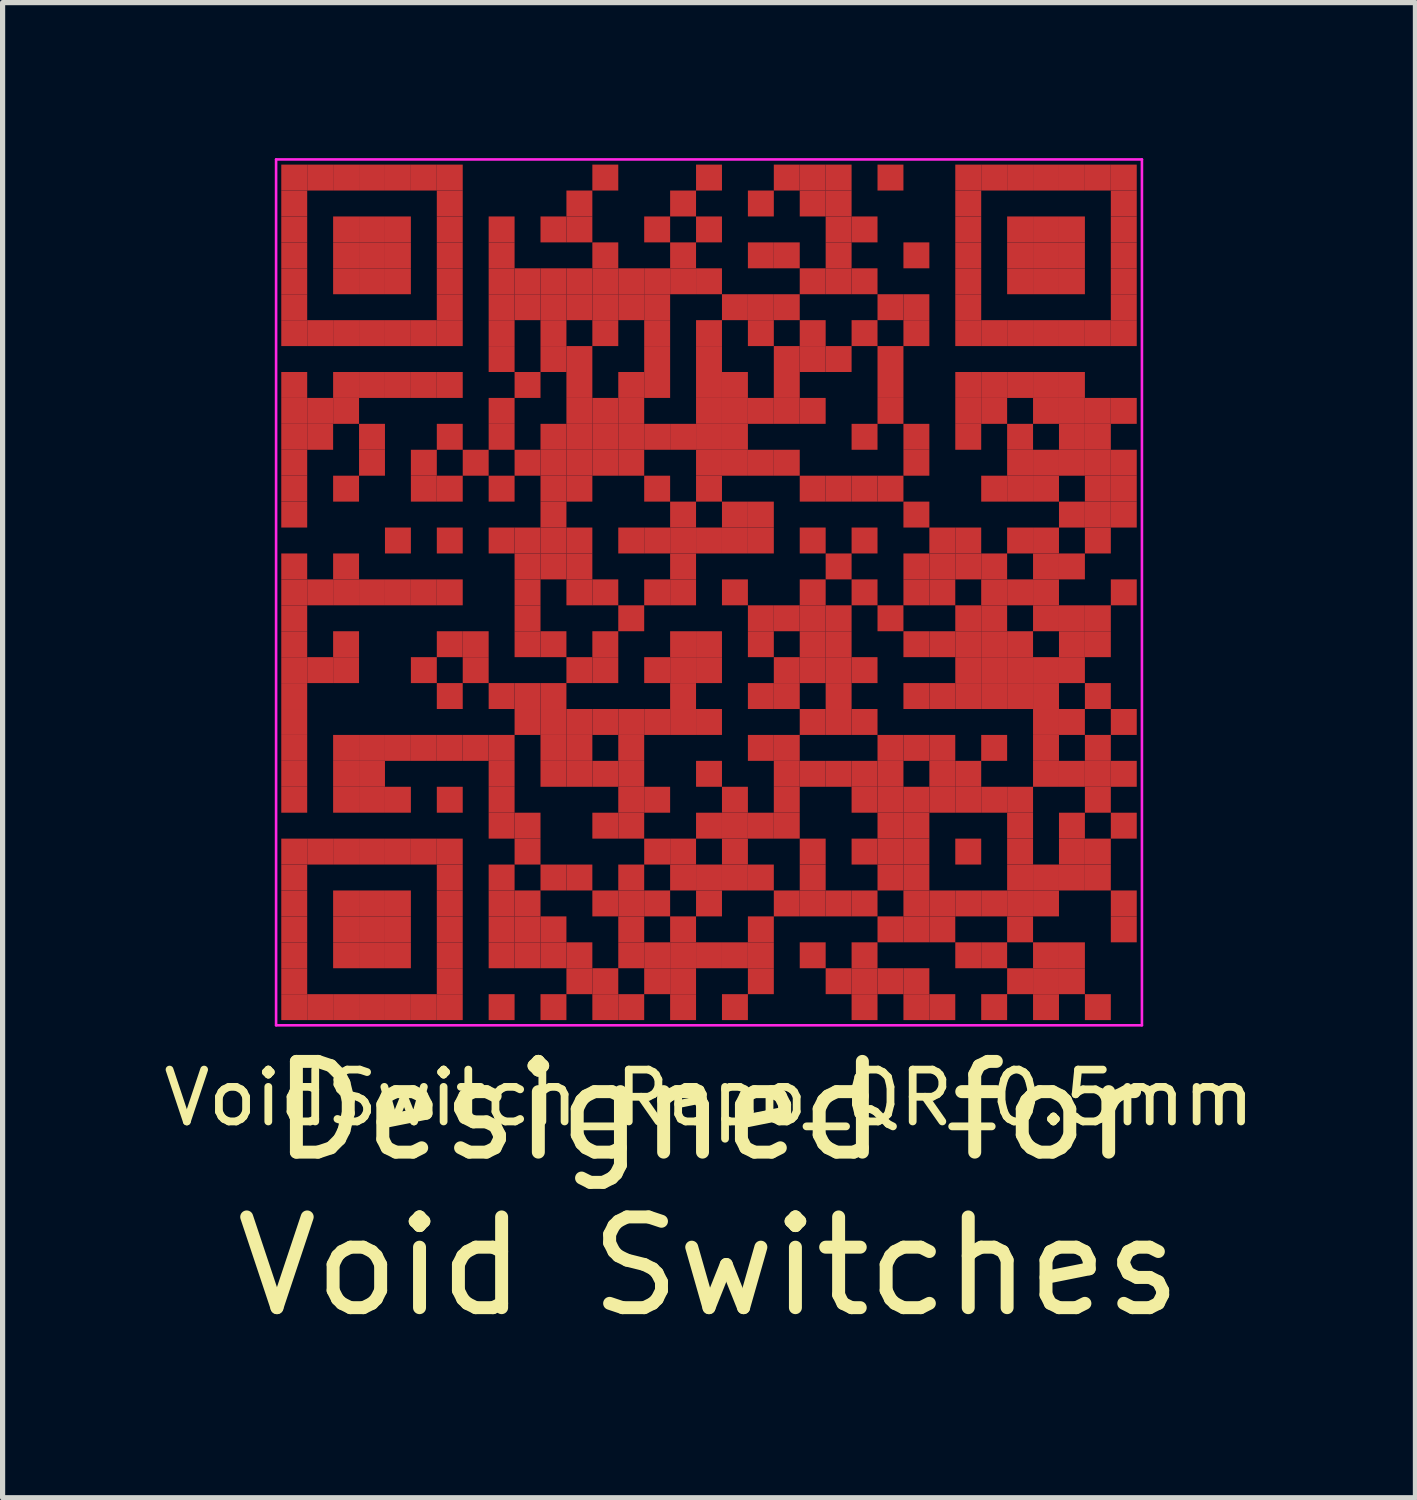
<source format=kicad_pcb>
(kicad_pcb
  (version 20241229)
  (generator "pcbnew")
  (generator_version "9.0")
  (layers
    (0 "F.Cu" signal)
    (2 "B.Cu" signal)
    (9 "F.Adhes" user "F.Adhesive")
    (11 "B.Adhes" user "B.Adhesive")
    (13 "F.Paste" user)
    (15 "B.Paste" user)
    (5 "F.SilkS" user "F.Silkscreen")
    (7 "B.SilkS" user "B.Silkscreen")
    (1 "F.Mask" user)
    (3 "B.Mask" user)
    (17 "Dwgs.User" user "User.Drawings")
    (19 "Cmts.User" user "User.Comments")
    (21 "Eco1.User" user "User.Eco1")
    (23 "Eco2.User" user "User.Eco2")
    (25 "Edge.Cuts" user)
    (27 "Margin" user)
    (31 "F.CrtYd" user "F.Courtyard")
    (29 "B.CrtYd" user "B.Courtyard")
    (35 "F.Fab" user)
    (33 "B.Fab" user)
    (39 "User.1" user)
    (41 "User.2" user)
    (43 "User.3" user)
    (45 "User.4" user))
  (footprint "VoidSwitch_Repo_QR_0.5mm"
    (layer "F.Cu")
    (at 10.625 8.375)
    (property "Reference" "VoidSwitch_Repo_QR_0.5mm" (at 0 9.75 0) (layer "F.SilkS") (effects (font (size 1 1) (thickness 0.15))))
    (attr exclude_from_bom)
    (fp_rect (start -8.3 -8.3) (end 8.3 8.3) (stroke (width 0) (type solid)) (fill yes) (layer "F.Mask"))
    (fp_line (start -8.35 -8.35) (end 8.35 -8.35) (stroke (width 0.05) (type solid)) (layer "F.CrtYd"))
    (fp_line (start -8.35 8.35) (end -8.35 -8.35) (stroke (width 0.05) (type solid)) (layer "F.CrtYd"))
    (fp_line (start 8.35 -8.35) (end 8.35 8.35) (stroke (width 0.05) (type solid)) (layer "F.CrtYd"))
    (fp_line (start 8.35 8.35) (end -8.35 8.35) (stroke (width 0.05) (type solid)) (layer "F.CrtYd"))
    (fp_text user "Void Switches" (at 0 13 0) (unlocked yes) (layer "F.SilkS") (effects (font (size 1.75 1.75) (thickness 0.25))))
    (fp_text user "Designed for" (at 0 10 0) (unlocked yes) (layer "F.SilkS") (effects (font (size 1.75 1.75) (thickness 0.25))))
    (pad "" smd rect (at -8 -8) (size 0.5 0.5) (layers "F.Cu"))
    (pad "" smd rect (at -8 -7.5) (size 0.5 0.5) (layers "F.Cu"))
    (pad "" smd rect (at -8 -7) (size 0.5 0.5) (layers "F.Cu"))
    (pad "" smd rect (at -8 -6.5) (size 0.5 0.5) (layers "F.Cu"))
    (pad "" smd rect (at -8 -6) (size 0.5 0.5) (layers "F.Cu"))
    (pad "" smd rect (at -8 -5.5) (size 0.5 0.5) (layers "F.Cu"))
    (pad "" smd rect (at -8 -5) (size 0.5 0.5) (layers "F.Cu"))
    (pad "" smd rect (at -8 -4) (size 0.5 0.5) (layers "F.Cu"))
    (pad "" smd rect (at -8 -3.5) (size 0.5 0.5) (layers "F.Cu"))
    (pad "" smd rect (at -8 -3) (size 0.5 0.5) (layers "F.Cu"))
    (pad "" smd rect (at -8 -2.5) (size 0.5 0.5) (layers "F.Cu"))
    (pad "" smd rect (at -8 -2) (size 0.5 0.5) (layers "F.Cu"))
    (pad "" smd rect (at -8 -1.5) (size 0.5 0.5) (layers "F.Cu"))
    (pad "" smd rect (at -8 -0.5) (size 0.5 0.5) (layers "F.Cu"))
    (pad "" smd rect (at -8 0) (size 0.5 0.5) (layers "F.Cu"))
    (pad "" smd rect (at -8 0.5) (size 0.5 0.5) (layers "F.Cu"))
    (pad "" smd rect (at -8 1) (size 0.5 0.5) (layers "F.Cu"))
    (pad "" smd rect (at -8 1.5) (size 0.5 0.5) (layers "F.Cu"))
    (pad "" smd rect (at -8 2) (size 0.5 0.5) (layers "F.Cu"))
    (pad "" smd rect (at -8 2.5) (size 0.5 0.5) (layers "F.Cu"))
    (pad "" smd rect (at -8 3) (size 0.5 0.5) (layers "F.Cu"))
    (pad "" smd rect (at -8 3.5) (size 0.5 0.5) (layers "F.Cu"))
    (pad "" smd rect (at -8 4) (size 0.5 0.5) (layers "F.Cu"))
    (pad "" smd rect (at -8 5) (size 0.5 0.5) (layers "F.Cu"))
    (pad "" smd rect (at -8 5.5) (size 0.5 0.5) (layers "F.Cu"))
    (pad "" smd rect (at -8 6) (size 0.5 0.5) (layers "F.Cu"))
    (pad "" smd rect (at -8 6.5) (size 0.5 0.5) (layers "F.Cu"))
    (pad "" smd rect (at -8 7) (size 0.5 0.5) (layers "F.Cu"))
    (pad "" smd rect (at -8 7.5) (size 0.5 0.5) (layers "F.Cu"))
    (pad "" smd rect (at -8 8) (size 0.5 0.5) (layers "F.Cu"))
    (pad "" smd rect (at -7.5 -8) (size 0.5 0.5) (layers "F.Cu"))
    (pad "" smd rect (at -7.5 -5) (size 0.5 0.5) (layers "F.Cu"))
    (pad "" smd rect (at -7.5 -3.5) (size 0.5 0.5) (layers "F.Cu"))
    (pad "" smd rect (at -7.5 -3) (size 0.5 0.5) (layers "F.Cu"))
    (pad "" smd rect (at -7.5 0) (size 0.5 0.5) (layers "F.Cu"))
    (pad "" smd rect (at -7.5 1.5) (size 0.5 0.5) (layers "F.Cu"))
    (pad "" smd rect (at -7.5 5) (size 0.5 0.5) (layers "F.Cu"))
    (pad "" smd rect (at -7.5 8) (size 0.5 0.5) (layers "F.Cu"))
    (pad "" smd rect (at -7 -8) (size 0.5 0.5) (layers "F.Cu"))
    (pad "" smd rect (at -7 -7) (size 0.5 0.5) (layers "F.Cu"))
    (pad "" smd rect (at -7 -6.5) (size 0.5 0.5) (layers "F.Cu"))
    (pad "" smd rect (at -7 -6) (size 0.5 0.5) (layers "F.Cu"))
    (pad "" smd rect (at -7 -5) (size 0.5 0.5) (layers "F.Cu"))
    (pad "" smd rect (at -7 -4) (size 0.5 0.5) (layers "F.Cu"))
    (pad "" smd rect (at -7 -3.5) (size 0.5 0.5) (layers "F.Cu"))
    (pad "" smd rect (at -7 -2) (size 0.5 0.5) (layers "F.Cu"))
    (pad "" smd rect (at -7 -0.5) (size 0.5 0.5) (layers "F.Cu"))
    (pad "" smd rect (at -7 0) (size 0.5 0.5) (layers "F.Cu"))
    (pad "" smd rect (at -7 1) (size 0.5 0.5) (layers "F.Cu"))
    (pad "" smd rect (at -7 1.5) (size 0.5 0.5) (layers "F.Cu"))
    (pad "" smd rect (at -7 3) (size 0.5 0.5) (layers "F.Cu"))
    (pad "" smd rect (at -7 3.5) (size 0.5 0.5) (layers "F.Cu"))
    (pad "" smd rect (at -7 4) (size 0.5 0.5) (layers "F.Cu"))
    (pad "" smd rect (at -7 5) (size 0.5 0.5) (layers "F.Cu"))
    (pad "" smd rect (at -7 6) (size 0.5 0.5) (layers "F.Cu"))
    (pad "" smd rect (at -7 6.5) (size 0.5 0.5) (layers "F.Cu"))
    (pad "" smd rect (at -7 7) (size 0.5 0.5) (layers "F.Cu"))
    (pad "" smd rect (at -7 8) (size 0.5 0.5) (layers "F.Cu"))
    (pad "" smd rect (at -6.5 -8) (size 0.5 0.5) (layers "F.Cu"))
    (pad "" smd rect (at -6.5 -7) (size 0.5 0.5) (layers "F.Cu"))
    (pad "" smd rect (at -6.5 -6.5) (size 0.5 0.5) (layers "F.Cu"))
    (pad "" smd rect (at -6.5 -6) (size 0.5 0.5) (layers "F.Cu"))
    (pad "" smd rect (at -6.5 -5) (size 0.5 0.5) (layers "F.Cu"))
    (pad "" smd rect (at -6.5 -4) (size 0.5 0.5) (layers "F.Cu"))
    (pad "" smd rect (at -6.5 -3) (size 0.5 0.5) (layers "F.Cu"))
    (pad "" smd rect (at -6.5 -2.5) (size 0.5 0.5) (layers "F.Cu"))
    (pad "" smd rect (at -6.5 0) (size 0.5 0.5) (layers "F.Cu"))
    (pad "" smd rect (at -6.5 3) (size 0.5 0.5) (layers "F.Cu"))
    (pad "" smd rect (at -6.5 3.5) (size 0.5 0.5) (layers "F.Cu"))
    (pad "" smd rect (at -6.5 4) (size 0.5 0.5) (layers "F.Cu"))
    (pad "" smd rect (at -6.5 5) (size 0.5 0.5) (layers "F.Cu"))
    (pad "" smd rect (at -6.5 6) (size 0.5 0.5) (layers "F.Cu"))
    (pad "" smd rect (at -6.5 6.5) (size 0.5 0.5) (layers "F.Cu"))
    (pad "" smd rect (at -6.5 7) (size 0.5 0.5) (layers "F.Cu"))
    (pad "" smd rect (at -6.5 8) (size 0.5 0.5) (layers "F.Cu"))
    (pad "" smd rect (at -6 -8) (size 0.5 0.5) (layers "F.Cu"))
    (pad "" smd rect (at -6 -7) (size 0.5 0.5) (layers "F.Cu"))
    (pad "" smd rect (at -6 -6.5) (size 0.5 0.5) (layers "F.Cu"))
    (pad "" smd rect (at -6 -6) (size 0.5 0.5) (layers "F.Cu"))
    (pad "" smd rect (at -6 -5) (size 0.5 0.5) (layers "F.Cu"))
    (pad "" smd rect (at -6 -4) (size 0.5 0.5) (layers "F.Cu"))
    (pad "" smd rect (at -6 -1) (size 0.5 0.5) (layers "F.Cu"))
    (pad "" smd rect (at -6 0) (size 0.5 0.5) (layers "F.Cu"))
    (pad "" smd rect (at -6 3) (size 0.5 0.5) (layers "F.Cu"))
    (pad "" smd rect (at -6 4) (size 0.5 0.5) (layers "F.Cu"))
    (pad "" smd rect (at -6 5) (size 0.5 0.5) (layers "F.Cu"))
    (pad "" smd rect (at -6 6) (size 0.5 0.5) (layers "F.Cu"))
    (pad "" smd rect (at -6 6.5) (size 0.5 0.5) (layers "F.Cu"))
    (pad "" smd rect (at -6 7) (size 0.5 0.5) (layers "F.Cu"))
    (pad "" smd rect (at -6 8) (size 0.5 0.5) (layers "F.Cu"))
    (pad "" smd rect (at -5.5 -8) (size 0.5 0.5) (layers "F.Cu"))
    (pad "" smd rect (at -5.5 -5) (size 0.5 0.5) (layers "F.Cu"))
    (pad "" smd rect (at -5.5 -4) (size 0.5 0.5) (layers "F.Cu"))
    (pad "" smd rect (at -5.5 -2.5) (size 0.5 0.5) (layers "F.Cu"))
    (pad "" smd rect (at -5.5 -2) (size 0.5 0.5) (layers "F.Cu"))
    (pad "" smd rect (at -5.5 0) (size 0.5 0.5) (layers "F.Cu"))
    (pad "" smd rect (at -5.5 1.5) (size 0.5 0.5) (layers "F.Cu"))
    (pad "" smd rect (at -5.5 3) (size 0.5 0.5) (layers "F.Cu"))
    (pad "" smd rect (at -5.5 5) (size 0.5 0.5) (layers "F.Cu"))
    (pad "" smd rect (at -5.5 8) (size 0.5 0.5) (layers "F.Cu"))
    (pad "" smd rect (at -5 -8) (size 0.5 0.5) (layers "F.Cu"))
    (pad "" smd rect (at -5 -7.5) (size 0.5 0.5) (layers "F.Cu"))
    (pad "" smd rect (at -5 -7) (size 0.5 0.5) (layers "F.Cu"))
    (pad "" smd rect (at -5 -6.5) (size 0.5 0.5) (layers "F.Cu"))
    (pad "" smd rect (at -5 -6) (size 0.5 0.5) (layers "F.Cu"))
    (pad "" smd rect (at -5 -5.5) (size 0.5 0.5) (layers "F.Cu"))
    (pad "" smd rect (at -5 -5) (size 0.5 0.5) (layers "F.Cu"))
    (pad "" smd rect (at -5 -4) (size 0.5 0.5) (layers "F.Cu"))
    (pad "" smd rect (at -5 -3) (size 0.5 0.5) (layers "F.Cu"))
    (pad "" smd rect (at -5 -2) (size 0.5 0.5) (layers "F.Cu"))
    (pad "" smd rect (at -5 -1) (size 0.5 0.5) (layers "F.Cu"))
    (pad "" smd rect (at -5 0) (size 0.5 0.5) (layers "F.Cu"))
    (pad "" smd rect (at -5 1) (size 0.5 0.5) (layers "F.Cu"))
    (pad "" smd rect (at -5 2) (size 0.5 0.5) (layers "F.Cu"))
    (pad "" smd rect (at -5 3) (size 0.5 0.5) (layers "F.Cu"))
    (pad "" smd rect (at -5 4) (size 0.5 0.5) (layers "F.Cu"))
    (pad "" smd rect (at -5 5) (size 0.5 0.5) (layers "F.Cu"))
    (pad "" smd rect (at -5 5.5) (size 0.5 0.5) (layers "F.Cu"))
    (pad "" smd rect (at -5 6) (size 0.5 0.5) (layers "F.Cu"))
    (pad "" smd rect (at -5 6.5) (size 0.5 0.5) (layers "F.Cu"))
    (pad "" smd rect (at -5 7) (size 0.5 0.5) (layers "F.Cu"))
    (pad "" smd rect (at -5 7.5) (size 0.5 0.5) (layers "F.Cu"))
    (pad "" smd rect (at -5 8) (size 0.5 0.5) (layers "F.Cu"))
    (pad "" smd rect (at -4.5 -2.5) (size 0.5 0.5) (layers "F.Cu"))
    (pad "" smd rect (at -4.5 1) (size 0.5 0.5) (layers "F.Cu"))
    (pad "" smd rect (at -4.5 1.5) (size 0.5 0.5) (layers "F.Cu"))
    (pad "" smd rect (at -4.5 3) (size 0.5 0.5) (layers "F.Cu"))
    (pad "" smd rect (at -4 -7) (size 0.5 0.5) (layers "F.Cu"))
    (pad "" smd rect (at -4 -6.5) (size 0.5 0.5) (layers "F.Cu"))
    (pad "" smd rect (at -4 -6) (size 0.5 0.5) (layers "F.Cu"))
    (pad "" smd rect (at -4 -5.5) (size 0.5 0.5) (layers "F.Cu"))
    (pad "" smd rect (at -4 -5) (size 0.5 0.5) (layers "F.Cu"))
    (pad "" smd rect (at -4 -4.5) (size 0.5 0.5) (layers "F.Cu"))
    (pad "" smd rect (at -4 -3.5) (size 0.5 0.5) (layers "F.Cu"))
    (pad "" smd rect (at -4 -3) (size 0.5 0.5) (layers "F.Cu"))
    (pad "" smd rect (at -4 -2) (size 0.5 0.5) (layers "F.Cu"))
    (pad "" smd rect (at -4 -1) (size 0.5 0.5) (layers "F.Cu"))
    (pad "" smd rect (at -4 2) (size 0.5 0.5) (layers "F.Cu"))
    (pad "" smd rect (at -4 3) (size 0.5 0.5) (layers "F.Cu"))
    (pad "" smd rect (at -4 3.5) (size 0.5 0.5) (layers "F.Cu"))
    (pad "" smd rect (at -4 4) (size 0.5 0.5) (layers "F.Cu"))
    (pad "" smd rect (at -4 4.5) (size 0.5 0.5) (layers "F.Cu"))
    (pad "" smd rect (at -4 5.5) (size 0.5 0.5) (layers "F.Cu"))
    (pad "" smd rect (at -4 6) (size 0.5 0.5) (layers "F.Cu"))
    (pad "" smd rect (at -4 6.5) (size 0.5 0.5) (layers "F.Cu"))
    (pad "" smd rect (at -4 7) (size 0.5 0.5) (layers "F.Cu"))
    (pad "" smd rect (at -4 8) (size 0.5 0.5) (layers "F.Cu"))
    (pad "" smd rect (at -3.5 -6) (size 0.5 0.5) (layers "F.Cu"))
    (pad "" smd rect (at -3.5 -5.5) (size 0.5 0.5) (layers "F.Cu"))
    (pad "" smd rect (at -3.5 -4) (size 0.5 0.5) (layers "F.Cu"))
    (pad "" smd rect (at -3.5 -2.5) (size 0.5 0.5) (layers "F.Cu"))
    (pad "" smd rect (at -3.5 -1) (size 0.5 0.5) (layers "F.Cu"))
    (pad "" smd rect (at -3.5 -0.5) (size 0.5 0.5) (layers "F.Cu"))
    (pad "" smd rect (at -3.5 0) (size 0.5 0.5) (layers "F.Cu"))
    (pad "" smd rect (at -3.5 0.5) (size 0.5 0.5) (layers "F.Cu"))
    (pad "" smd rect (at -3.5 1) (size 0.5 0.5) (layers "F.Cu"))
    (pad "" smd rect (at -3.5 2) (size 0.5 0.5) (layers "F.Cu"))
    (pad "" smd rect (at -3.5 2.5) (size 0.5 0.5) (layers "F.Cu"))
    (pad "" smd rect (at -3.5 4.5) (size 0.5 0.5) (layers "F.Cu"))
    (pad "" smd rect (at -3.5 5) (size 0.5 0.5) (layers "F.Cu"))
    (pad "" smd rect (at -3.5 6) (size 0.5 0.5) (layers "F.Cu"))
    (pad "" smd rect (at -3.5 6.5) (size 0.5 0.5) (layers "F.Cu"))
    (pad "" smd rect (at -3.5 7) (size 0.5 0.5) (layers "F.Cu"))
    (pad "" smd rect (at -3 -7) (size 0.5 0.5) (layers "F.Cu"))
    (pad "" smd rect (at -3 -6) (size 0.5 0.5) (layers "F.Cu"))
    (pad "" smd rect (at -3 -5.5) (size 0.5 0.5) (layers "F.Cu"))
    (pad "" smd rect (at -3 -5) (size 0.5 0.5) (layers "F.Cu"))
    (pad "" smd rect (at -3 -4.5) (size 0.5 0.5) (layers "F.Cu"))
    (pad "" smd rect (at -3 -3) (size 0.5 0.5) (layers "F.Cu"))
    (pad "" smd rect (at -3 -2.5) (size 0.5 0.5) (layers "F.Cu"))
    (pad "" smd rect (at -3 -2) (size 0.5 0.5) (layers "F.Cu"))
    (pad "" smd rect (at -3 -1.5) (size 0.5 0.5) (layers "F.Cu"))
    (pad "" smd rect (at -3 -1) (size 0.5 0.5) (layers "F.Cu"))
    (pad "" smd rect (at -3 -0.5) (size 0.5 0.5) (layers "F.Cu"))
    (pad "" smd rect (at -3 1) (size 0.5 0.5) (layers "F.Cu"))
    (pad "" smd rect (at -3 2) (size 0.5 0.5) (layers "F.Cu"))
    (pad "" smd rect (at -3 2.5) (size 0.5 0.5) (layers "F.Cu"))
    (pad "" smd rect (at -3 3) (size 0.5 0.5) (layers "F.Cu"))
    (pad "" smd rect (at -3 3.5) (size 0.5 0.5) (layers "F.Cu"))
    (pad "" smd rect (at -3 5.5) (size 0.5 0.5) (layers "F.Cu"))
    (pad "" smd rect (at -3 6.5) (size 0.5 0.5) (layers "F.Cu"))
    (pad "" smd rect (at -3 7) (size 0.5 0.5) (layers "F.Cu"))
    (pad "" smd rect (at -3 8) (size 0.5 0.5) (layers "F.Cu"))
    (pad "" smd rect (at -2.5 -7.5) (size 0.5 0.5) (layers "F.Cu"))
    (pad "" smd rect (at -2.5 -7) (size 0.5 0.5) (layers "F.Cu"))
    (pad "" smd rect (at -2.5 -6) (size 0.5 0.5) (layers "F.Cu"))
    (pad "" smd rect (at -2.5 -5.5) (size 0.5 0.5) (layers "F.Cu"))
    (pad "" smd rect (at -2.5 -4.5) (size 0.5 0.5) (layers "F.Cu"))
    (pad "" smd rect (at -2.5 -4) (size 0.5 0.5) (layers "F.Cu"))
    (pad "" smd rect (at -2.5 -3.5) (size 0.5 0.5) (layers "F.Cu"))
    (pad "" smd rect (at -2.5 -3) (size 0.5 0.5) (layers "F.Cu"))
    (pad "" smd rect (at -2.5 -2.5) (size 0.5 0.5) (layers "F.Cu"))
    (pad "" smd rect (at -2.5 -2) (size 0.5 0.5) (layers "F.Cu"))
    (pad "" smd rect (at -2.5 -1) (size 0.5 0.5) (layers "F.Cu"))
    (pad "" smd rect (at -2.5 -0.5) (size 0.5 0.5) (layers "F.Cu"))
    (pad "" smd rect (at -2.5 0) (size 0.5 0.5) (layers "F.Cu"))
    (pad "" smd rect (at -2.5 1.5) (size 0.5 0.5) (layers "F.Cu"))
    (pad "" smd rect (at -2.5 2.5) (size 0.5 0.5) (layers "F.Cu"))
    (pad "" smd rect (at -2.5 3) (size 0.5 0.5) (layers "F.Cu"))
    (pad "" smd rect (at -2.5 3.5) (size 0.5 0.5) (layers "F.Cu"))
    (pad "" smd rect (at -2.5 5.5) (size 0.5 0.5) (layers "F.Cu"))
    (pad "" smd rect (at -2.5 7) (size 0.5 0.5) (layers "F.Cu"))
    (pad "" smd rect (at -2.5 7.5) (size 0.5 0.5) (layers "F.Cu"))
    (pad "" smd rect (at -2 -8) (size 0.5 0.5) (layers "F.Cu"))
    (pad "" smd rect (at -2 -6.5) (size 0.5 0.5) (layers "F.Cu"))
    (pad "" smd rect (at -2 -6) (size 0.5 0.5) (layers "F.Cu"))
    (pad "" smd rect (at -2 -5.5) (size 0.5 0.5) (layers "F.Cu"))
    (pad "" smd rect (at -2 -5) (size 0.5 0.5) (layers "F.Cu"))
    (pad "" smd rect (at -2 -3.5) (size 0.5 0.5) (layers "F.Cu"))
    (pad "" smd rect (at -2 -3) (size 0.5 0.5) (layers "F.Cu"))
    (pad "" smd rect (at -2 -2.5) (size 0.5 0.5) (layers "F.Cu"))
    (pad "" smd rect (at -2 0) (size 0.5 0.5) (layers "F.Cu"))
    (pad "" smd rect (at -2 1) (size 0.5 0.5) (layers "F.Cu"))
    (pad "" smd rect (at -2 1.5) (size 0.5 0.5) (layers "F.Cu"))
    (pad "" smd rect (at -2 2.5) (size 0.5 0.5) (layers "F.Cu"))
    (pad "" smd rect (at -2 3.5) (size 0.5 0.5) (layers "F.Cu"))
    (pad "" smd rect (at -2 4.5) (size 0.5 0.5) (layers "F.Cu"))
    (pad "" smd rect (at -2 6) (size 0.5 0.5) (layers "F.Cu"))
    (pad "" smd rect (at -2 7.5) (size 0.5 0.5) (layers "F.Cu"))
    (pad "" smd rect (at -2 8) (size 0.5 0.5) (layers "F.Cu"))
    (pad "" smd rect (at -1.5 -6) (size 0.5 0.5) (layers "F.Cu"))
    (pad "" smd rect (at -1.5 -5.5) (size 0.5 0.5) (layers "F.Cu"))
    (pad "" smd rect (at -1.5 -4) (size 0.5 0.5) (layers "F.Cu"))
    (pad "" smd rect (at -1.5 -3.5) (size 0.5 0.5) (layers "F.Cu"))
    (pad "" smd rect (at -1.5 -3) (size 0.5 0.5) (layers "F.Cu"))
    (pad "" smd rect (at -1.5 -2.5) (size 0.5 0.5) (layers "F.Cu"))
    (pad "" smd rect (at -1.5 -1) (size 0.5 0.5) (layers "F.Cu"))
    (pad "" smd rect (at -1.5 0.5) (size 0.5 0.5) (layers "F.Cu"))
    (pad "" smd rect (at -1.5 2.5) (size 0.5 0.5) (layers "F.Cu"))
    (pad "" smd rect (at -1.5 3) (size 0.5 0.5) (layers "F.Cu"))
    (pad "" smd rect (at -1.5 3.5) (size 0.5 0.5) (layers "F.Cu"))
    (pad "" smd rect (at -1.5 4) (size 0.5 0.5) (layers "F.Cu"))
    (pad "" smd rect (at -1.5 4.5) (size 0.5 0.5) (layers "F.Cu"))
    (pad "" smd rect (at -1.5 5.5) (size 0.5 0.5) (layers "F.Cu"))
    (pad "" smd rect (at -1.5 6) (size 0.5 0.5) (layers "F.Cu"))
    (pad "" smd rect (at -1.5 6.5) (size 0.5 0.5) (layers "F.Cu"))
    (pad "" smd rect (at -1.5 7) (size 0.5 0.5) (layers "F.Cu"))
    (pad "" smd rect (at -1.5 8) (size 0.5 0.5) (layers "F.Cu"))
    (pad "" smd rect (at -1 -7) (size 0.5 0.5) (layers "F.Cu"))
    (pad "" smd rect (at -1 -6) (size 0.5 0.5) (layers "F.Cu"))
    (pad "" smd rect (at -1 -5.5) (size 0.5 0.5) (layers "F.Cu"))
    (pad "" smd rect (at -1 -5) (size 0.5 0.5) (layers "F.Cu"))
    (pad "" smd rect (at -1 -4.5) (size 0.5 0.5) (layers "F.Cu"))
    (pad "" smd rect (at -1 -4) (size 0.5 0.5) (layers "F.Cu"))
    (pad "" smd rect (at -1 -3) (size 0.5 0.5) (layers "F.Cu"))
    (pad "" smd rect (at -1 -2) (size 0.5 0.5) (layers "F.Cu"))
    (pad "" smd rect (at -1 -1) (size 0.5 0.5) (layers "F.Cu"))
    (pad "" smd rect (at -1 0) (size 0.5 0.5) (layers "F.Cu"))
    (pad "" smd rect (at -1 1.5) (size 0.5 0.5) (layers "F.Cu"))
    (pad "" smd rect (at -1 2.5) (size 0.5 0.5) (layers "F.Cu"))
    (pad "" smd rect (at -1 4) (size 0.5 0.5) (layers "F.Cu"))
    (pad "" smd rect (at -1 5) (size 0.5 0.5) (layers "F.Cu"))
    (pad "" smd rect (at -1 6) (size 0.5 0.5) (layers "F.Cu"))
    (pad "" smd rect (at -1 7) (size 0.5 0.5) (layers "F.Cu"))
    (pad "" smd rect (at -1 7.5) (size 0.5 0.5) (layers "F.Cu"))
    (pad "" smd rect (at -0.5 -7.5) (size 0.5 0.5) (layers "F.Cu"))
    (pad "" smd rect (at -0.5 -6.5) (size 0.5 0.5) (layers "F.Cu"))
    (pad "" smd rect (at -0.5 -6) (size 0.5 0.5) (layers "F.Cu"))
    (pad "" smd rect (at -0.5 -3) (size 0.5 0.5) (layers "F.Cu"))
    (pad "" smd rect (at -0.5 -1.5) (size 0.5 0.5) (layers "F.Cu"))
    (pad "" smd rect (at -0.5 -1) (size 0.5 0.5) (layers "F.Cu"))
    (pad "" smd rect (at -0.5 -0.5) (size 0.5 0.5) (layers "F.Cu"))
    (pad "" smd rect (at -0.5 0) (size 0.5 0.5) (layers "F.Cu"))
    (pad "" smd rect (at -0.5 1) (size 0.5 0.5) (layers "F.Cu"))
    (pad "" smd rect (at -0.5 1.5) (size 0.5 0.5) (layers "F.Cu"))
    (pad "" smd rect (at -0.5 2) (size 0.5 0.5) (layers "F.Cu"))
    (pad "" smd rect (at -0.5 2.5) (size 0.5 0.5) (layers "F.Cu"))
    (pad "" smd rect (at -0.5 5) (size 0.5 0.5) (layers "F.Cu"))
    (pad "" smd rect (at -0.5 5.5) (size 0.5 0.5) (layers "F.Cu"))
    (pad "" smd rect (at -0.5 6.5) (size 0.5 0.5) (layers "F.Cu"))
    (pad "" smd rect (at -0.5 7) (size 0.5 0.5) (layers "F.Cu"))
    (pad "" smd rect (at -0.5 7.5) (size 0.5 0.5) (layers "F.Cu"))
    (pad "" smd rect (at -0.5 8) (size 0.5 0.5) (layers "F.Cu"))
    (pad "" smd rect (at 0 -8) (size 0.5 0.5) (layers "F.Cu"))
    (pad "" smd rect (at 0 -7) (size 0.5 0.5) (layers "F.Cu"))
    (pad "" smd rect (at 0 -6) (size 0.5 0.5) (layers "F.Cu"))
    (pad "" smd rect (at 0 -5) (size 0.5 0.5) (layers "F.Cu"))
    (pad "" smd rect (at 0 -4.5) (size 0.5 0.5) (layers "F.Cu"))
    (pad "" smd rect (at 0 -4) (size 0.5 0.5) (layers "F.Cu"))
    (pad "" smd rect (at 0 -3.5) (size 0.5 0.5) (layers "F.Cu"))
    (pad "" smd rect (at 0 -3) (size 0.5 0.5) (layers "F.Cu"))
    (pad "" smd rect (at 0 -2.5) (size 0.5 0.5) (layers "F.Cu"))
    (pad "" smd rect (at 0 -2) (size 0.5 0.5) (layers "F.Cu"))
    (pad "" smd rect (at 0 -1) (size 0.5 0.5) (layers "F.Cu"))
    (pad "" smd rect (at 0 1) (size 0.5 0.5) (layers "F.Cu"))
    (pad "" smd rect (at 0 1.5) (size 0.5 0.5) (layers "F.Cu"))
    (pad "" smd rect (at 0 2.5) (size 0.5 0.5) (layers "F.Cu"))
    (pad "" smd rect (at 0 3.5) (size 0.5 0.5) (layers "F.Cu"))
    (pad "" smd rect (at 0 4.5) (size 0.5 0.5) (layers "F.Cu"))
    (pad "" smd rect (at 0 5.5) (size 0.5 0.5) (layers "F.Cu"))
    (pad "" smd rect (at 0 6) (size 0.5 0.5) (layers "F.Cu"))
    (pad "" smd rect (at 0 7) (size 0.5 0.5) (layers "F.Cu"))
    (pad "" smd rect (at 0.5 -5.5) (size 0.5 0.5) (layers "F.Cu"))
    (pad "" smd rect (at 0.5 -4) (size 0.5 0.5) (layers "F.Cu"))
    (pad "" smd rect (at 0.5 -3.5) (size 0.5 0.5) (layers "F.Cu"))
    (pad "" smd rect (at 0.5 -3) (size 0.5 0.5) (layers "F.Cu"))
    (pad "" smd rect (at 0.5 -2.5) (size 0.5 0.5) (layers "F.Cu"))
    (pad "" smd rect (at 0.5 -1.5) (size 0.5 0.5) (layers "F.Cu"))
    (pad "" smd rect (at 0.5 -1) (size 0.5 0.5) (layers "F.Cu"))
    (pad "" smd rect (at 0.5 0) (size 0.5 0.5) (layers "F.Cu"))
    (pad "" smd rect (at 0.5 4) (size 0.5 0.5) (layers "F.Cu"))
    (pad "" smd rect (at 0.5 4.5) (size 0.5 0.5) (layers "F.Cu"))
    (pad "" smd rect (at 0.5 5) (size 0.5 0.5) (layers "F.Cu"))
    (pad "" smd rect (at 0.5 5.5) (size 0.5 0.5) (layers "F.Cu"))
    (pad "" smd rect (at 0.5 7) (size 0.5 0.5) (layers "F.Cu"))
    (pad "" smd rect (at 0.5 8) (size 0.5 0.5) (layers "F.Cu"))
    (pad "" smd rect (at 1 -7.5) (size 0.5 0.5) (layers "F.Cu"))
    (pad "" smd rect (at 1 -6.5) (size 0.5 0.5) (layers "F.Cu"))
    (pad "" smd rect (at 1 -5.5) (size 0.5 0.5) (layers "F.Cu"))
    (pad "" smd rect (at 1 -5) (size 0.5 0.5) (layers "F.Cu"))
    (pad "" smd rect (at 1 -3.5) (size 0.5 0.5) (layers "F.Cu"))
    (pad "" smd rect (at 1 -2.5) (size 0.5 0.5) (layers "F.Cu"))
    (pad "" smd rect (at 1 -1.5) (size 0.5 0.5) (layers "F.Cu"))
    (pad "" smd rect (at 1 -1) (size 0.5 0.5) (layers "F.Cu"))
    (pad "" smd rect (at 1 0.5) (size 0.5 0.5) (layers "F.Cu"))
    (pad "" smd rect (at 1 1) (size 0.5 0.5) (layers "F.Cu"))
    (pad "" smd rect (at 1 2) (size 0.5 0.5) (layers "F.Cu"))
    (pad "" smd rect (at 1 3) (size 0.5 0.5) (layers "F.Cu"))
    (pad "" smd rect (at 1 4.5) (size 0.5 0.5) (layers "F.Cu"))
    (pad "" smd rect (at 1 5.5) (size 0.5 0.5) (layers "F.Cu"))
    (pad "" smd rect (at 1 6.5) (size 0.5 0.5) (layers "F.Cu"))
    (pad "" smd rect (at 1 7) (size 0.5 0.5) (layers "F.Cu"))
    (pad "" smd rect (at 1 7.5) (size 0.5 0.5) (layers "F.Cu"))
    (pad "" smd rect (at 1.5 -8) (size 0.5 0.5) (layers "F.Cu"))
    (pad "" smd rect (at 1.5 -6.5) (size 0.5 0.5) (layers "F.Cu"))
    (pad "" smd rect (at 1.5 -5.5) (size 0.5 0.5) (layers "F.Cu"))
    (pad "" smd rect (at 1.5 -4.5) (size 0.5 0.5) (layers "F.Cu"))
    (pad "" smd rect (at 1.5 -4) (size 0.5 0.5) (layers "F.Cu"))
    (pad "" smd rect (at 1.5 -3.5) (size 0.5 0.5) (layers "F.Cu"))
    (pad "" smd rect (at 1.5 -2.5) (size 0.5 0.5) (layers "F.Cu"))
    (pad "" smd rect (at 1.5 0.5) (size 0.5 0.5) (layers "F.Cu"))
    (pad "" smd rect (at 1.5 1.5) (size 0.5 0.5) (layers "F.Cu"))
    (pad "" smd rect (at 1.5 2) (size 0.5 0.5) (layers "F.Cu"))
    (pad "" smd rect (at 1.5 3) (size 0.5 0.5) (layers "F.Cu"))
    (pad "" smd rect (at 1.5 3.5) (size 0.5 0.5) (layers "F.Cu"))
    (pad "" smd rect (at 1.5 4) (size 0.5 0.5) (layers "F.Cu"))
    (pad "" smd rect (at 1.5 4.5) (size 0.5 0.5) (layers "F.Cu"))
    (pad "" smd rect (at 1.5 6) (size 0.5 0.5) (layers "F.Cu"))
    (pad "" smd rect (at 2 -8) (size 0.5 0.5) (layers "F.Cu"))
    (pad "" smd rect (at 2 -7.5) (size 0.5 0.5) (layers "F.Cu"))
    (pad "" smd rect (at 2 -6) (size 0.5 0.5) (layers "F.Cu"))
    (pad "" smd rect (at 2 -5) (size 0.5 0.5) (layers "F.Cu"))
    (pad "" smd rect (at 2 -4.5) (size 0.5 0.5) (layers "F.Cu"))
    (pad "" smd rect (at 2 -3.5) (size 0.5 0.5) (layers "F.Cu"))
    (pad "" smd rect (at 2 -2) (size 0.5 0.5) (layers "F.Cu"))
    (pad "" smd rect (at 2 -1) (size 0.5 0.5) (layers "F.Cu"))
    (pad "" smd rect (at 2 0) (size 0.5 0.5) (layers "F.Cu"))
    (pad "" smd rect (at 2 0.5) (size 0.5 0.5) (layers "F.Cu"))
    (pad "" smd rect (at 2 1) (size 0.5 0.5) (layers "F.Cu"))
    (pad "" smd rect (at 2 1.5) (size 0.5 0.5) (layers "F.Cu"))
    (pad "" smd rect (at 2 2.5) (size 0.5 0.5) (layers "F.Cu"))
    (pad "" smd rect (at 2 3.5) (size 0.5 0.5) (layers "F.Cu"))
    (pad "" smd rect (at 2 5) (size 0.5 0.5) (layers "F.Cu"))
    (pad "" smd rect (at 2 5.5) (size 0.5 0.5) (layers "F.Cu"))
    (pad "" smd rect (at 2 6) (size 0.5 0.5) (layers "F.Cu"))
    (pad "" smd rect (at 2 7) (size 0.5 0.5) (layers "F.Cu"))
    (pad "" smd rect (at 2.5 -8) (size 0.5 0.5) (layers "F.Cu"))
    (pad "" smd rect (at 2.5 -7.5) (size 0.5 0.5) (layers "F.Cu"))
    (pad "" smd rect (at 2.5 -7) (size 0.5 0.5) (layers "F.Cu"))
    (pad "" smd rect (at 2.5 -6.5) (size 0.5 0.5) (layers "F.Cu"))
    (pad "" smd rect (at 2.5 -6) (size 0.5 0.5) (layers "F.Cu"))
    (pad "" smd rect (at 2.5 -4.5) (size 0.5 0.5) (layers "F.Cu"))
    (pad "" smd rect (at 2.5 -2) (size 0.5 0.5) (layers "F.Cu"))
    (pad "" smd rect (at 2.5 -0.5) (size 0.5 0.5) (layers "F.Cu"))
    (pad "" smd rect (at 2.5 0.5) (size 0.5 0.5) (layers "F.Cu"))
    (pad "" smd rect (at 2.5 1) (size 0.5 0.5) (layers "F.Cu"))
    (pad "" smd rect (at 2.5 1.5) (size 0.5 0.5) (layers "F.Cu"))
    (pad "" smd rect (at 2.5 2) (size 0.5 0.5) (layers "F.Cu"))
    (pad "" smd rect (at 2.5 2.5) (size 0.5 0.5) (layers "F.Cu"))
    (pad "" smd rect (at 2.5 3.5) (size 0.5 0.5) (layers "F.Cu"))
    (pad "" smd rect (at 2.5 6) (size 0.5 0.5) (layers "F.Cu"))
    (pad "" smd rect (at 2.5 7.5) (size 0.5 0.5) (layers "F.Cu"))
    (pad "" smd rect (at 3 -7) (size 0.5 0.5) (layers "F.Cu"))
    (pad "" smd rect (at 3 -6) (size 0.5 0.5) (layers "F.Cu"))
    (pad "" smd rect (at 3 -5) (size 0.5 0.5) (layers "F.Cu"))
    (pad "" smd rect (at 3 -3) (size 0.5 0.5) (layers "F.Cu"))
    (pad "" smd rect (at 3 -2) (size 0.5 0.5) (layers "F.Cu"))
    (pad "" smd rect (at 3 -1) (size 0.5 0.5) (layers "F.Cu"))
    (pad "" smd rect (at 3 0) (size 0.5 0.5) (layers "F.Cu"))
    (pad "" smd rect (at 3 1.5) (size 0.5 0.5) (layers "F.Cu"))
    (pad "" smd rect (at 3 2.5) (size 0.5 0.5) (layers "F.Cu"))
    (pad "" smd rect (at 3 3.5) (size 0.5 0.5) (layers "F.Cu"))
    (pad "" smd rect (at 3 4) (size 0.5 0.5) (layers "F.Cu"))
    (pad "" smd rect (at 3 5) (size 0.5 0.5) (layers "F.Cu"))
    (pad "" smd rect (at 3 6) (size 0.5 0.5) (layers "F.Cu"))
    (pad "" smd rect (at 3 7) (size 0.5 0.5) (layers "F.Cu"))
    (pad "" smd rect (at 3 7.5) (size 0.5 0.5) (layers "F.Cu"))
    (pad "" smd rect (at 3 8) (size 0.5 0.5) (layers "F.Cu"))
    (pad "" smd rect (at 3.5 -8) (size 0.5 0.5) (layers "F.Cu"))
    (pad "" smd rect (at 3.5 -5.5) (size 0.5 0.5) (layers "F.Cu"))
    (pad "" smd rect (at 3.5 -4.5) (size 0.5 0.5) (layers "F.Cu"))
    (pad "" smd rect (at 3.5 -4) (size 0.5 0.5) (layers "F.Cu"))
    (pad "" smd rect (at 3.5 -3.5) (size 0.5 0.5) (layers "F.Cu"))
    (pad "" smd rect (at 3.5 -2) (size 0.5 0.5) (layers "F.Cu"))
    (pad "" smd rect (at 3.5 0.5) (size 0.5 0.5) (layers "F.Cu"))
    (pad "" smd rect (at 3.5 3) (size 0.5 0.5) (layers "F.Cu"))
    (pad "" smd rect (at 3.5 3.5) (size 0.5 0.5) (layers "F.Cu"))
    (pad "" smd rect (at 3.5 4) (size 0.5 0.5) (layers "F.Cu"))
    (pad "" smd rect (at 3.5 4.5) (size 0.5 0.5) (layers "F.Cu"))
    (pad "" smd rect (at 3.5 5) (size 0.5 0.5) (layers "F.Cu"))
    (pad "" smd rect (at 3.5 5.5) (size 0.5 0.5) (layers "F.Cu"))
    (pad "" smd rect (at 3.5 6.5) (size 0.5 0.5) (layers "F.Cu"))
    (pad "" smd rect (at 3.5 7.5) (size 0.5 0.5) (layers "F.Cu"))
    (pad "" smd rect (at 4 -6.5) (size 0.5 0.5) (layers "F.Cu"))
    (pad "" smd rect (at 4 -5.5) (size 0.5 0.5) (layers "F.Cu"))
    (pad "" smd rect (at 4 -5) (size 0.5 0.5) (layers "F.Cu"))
    (pad "" smd rect (at 4 -3) (size 0.5 0.5) (layers "F.Cu"))
    (pad "" smd rect (at 4 -2.5) (size 0.5 0.5) (layers "F.Cu"))
    (pad "" smd rect (at 4 -1.5) (size 0.5 0.5) (layers "F.Cu"))
    (pad "" smd rect (at 4 -0.5) (size 0.5 0.5) (layers "F.Cu"))
    (pad "" smd rect (at 4 0) (size 0.5 0.5) (layers "F.Cu"))
    (pad "" smd rect (at 4 1) (size 0.5 0.5) (layers "F.Cu"))
    (pad "" smd rect (at 4 2) (size 0.5 0.5) (layers "F.Cu"))
    (pad "" smd rect (at 4 3) (size 0.5 0.5) (layers "F.Cu"))
    (pad "" smd rect (at 4 4) (size 0.5 0.5) (layers "F.Cu"))
    (pad "" smd rect (at 4 4.5) (size 0.5 0.5) (layers "F.Cu"))
    (pad "" smd rect (at 4 5) (size 0.5 0.5) (layers "F.Cu"))
    (pad "" smd rect (at 4 5.5) (size 0.5 0.5) (layers "F.Cu"))
    (pad "" smd rect (at 4 6) (size 0.5 0.5) (layers "F.Cu"))
    (pad "" smd rect (at 4 6.5) (size 0.5 0.5) (layers "F.Cu"))
    (pad "" smd rect (at 4 7.5) (size 0.5 0.5) (layers "F.Cu"))
    (pad "" smd rect (at 4 8) (size 0.5 0.5) (layers "F.Cu"))
    (pad "" smd rect (at 4.5 -1) (size 0.5 0.5) (layers "F.Cu"))
    (pad "" smd rect (at 4.5 -0.5) (size 0.5 0.5) (layers "F.Cu"))
    (pad "" smd rect (at 4.5 0) (size 0.5 0.5) (layers "F.Cu"))
    (pad "" smd rect (at 4.5 1) (size 0.5 0.5) (layers "F.Cu"))
    (pad "" smd rect (at 4.5 2) (size 0.5 0.5) (layers "F.Cu"))
    (pad "" smd rect (at 4.5 3) (size 0.5 0.5) (layers "F.Cu"))
    (pad "" smd rect (at 4.5 3.5) (size 0.5 0.5) (layers "F.Cu"))
    (pad "" smd rect (at 4.5 4) (size 0.5 0.5) (layers "F.Cu"))
    (pad "" smd rect (at 4.5 6) (size 0.5 0.5) (layers "F.Cu"))
    (pad "" smd rect (at 4.5 6.5) (size 0.5 0.5) (layers "F.Cu"))
    (pad "" smd rect (at 4.5 8) (size 0.5 0.5) (layers "F.Cu"))
    (pad "" smd rect (at 5 -8) (size 0.5 0.5) (layers "F.Cu"))
    (pad "" smd rect (at 5 -7.5) (size 0.5 0.5) (layers "F.Cu"))
    (pad "" smd rect (at 5 -7) (size 0.5 0.5) (layers "F.Cu"))
    (pad "" smd rect (at 5 -6.5) (size 0.5 0.5) (layers "F.Cu"))
    (pad "" smd rect (at 5 -6) (size 0.5 0.5) (layers "F.Cu"))
    (pad "" smd rect (at 5 -5.5) (size 0.5 0.5) (layers "F.Cu"))
    (pad "" smd rect (at 5 -5) (size 0.5 0.5) (layers "F.Cu"))
    (pad "" smd rect (at 5 -4) (size 0.5 0.5) (layers "F.Cu"))
    (pad "" smd rect (at 5 -3.5) (size 0.5 0.5) (layers "F.Cu"))
    (pad "" smd rect (at 5 -3) (size 0.5 0.5) (layers "F.Cu"))
    (pad "" smd rect (at 5 -1) (size 0.5 0.5) (layers "F.Cu"))
    (pad "" smd rect (at 5 -0.5) (size 0.5 0.5) (layers "F.Cu"))
    (pad "" smd rect (at 5 0.5) (size 0.5 0.5) (layers "F.Cu"))
    (pad "" smd rect (at 5 1) (size 0.5 0.5) (layers "F.Cu"))
    (pad "" smd rect (at 5 1.5) (size 0.5 0.5) (layers "F.Cu"))
    (pad "" smd rect (at 5 2) (size 0.5 0.5) (layers "F.Cu"))
    (pad "" smd rect (at 5 3.5) (size 0.5 0.5) (layers "F.Cu"))
    (pad "" smd rect (at 5 4) (size 0.5 0.5) (layers "F.Cu"))
    (pad "" smd rect (at 5 5) (size 0.5 0.5) (layers "F.Cu"))
    (pad "" smd rect (at 5 6) (size 0.5 0.5) (layers "F.Cu"))
    (pad "" smd rect (at 5 7) (size 0.5 0.5) (layers "F.Cu"))
    (pad "" smd rect (at 5.5 -8) (size 0.5 0.5) (layers "F.Cu"))
    (pad "" smd rect (at 5.5 -5) (size 0.5 0.5) (layers "F.Cu"))
    (pad "" smd rect (at 5.5 -4) (size 0.5 0.5) (layers "F.Cu"))
    (pad "" smd rect (at 5.5 -3.5) (size 0.5 0.5) (layers "F.Cu"))
    (pad "" smd rect (at 5.5 -2) (size 0.5 0.5) (layers "F.Cu"))
    (pad "" smd rect (at 5.5 -0.5) (size 0.5 0.5) (layers "F.Cu"))
    (pad "" smd rect (at 5.5 0) (size 0.5 0.5) (layers "F.Cu"))
    (pad "" smd rect (at 5.5 0.5) (size 0.5 0.5) (layers "F.Cu"))
    (pad "" smd rect (at 5.5 1) (size 0.5 0.5) (layers "F.Cu"))
    (pad "" smd rect (at 5.5 1.5) (size 0.5 0.5) (layers "F.Cu"))
    (pad "" smd rect (at 5.5 2) (size 0.5 0.5) (layers "F.Cu"))
    (pad "" smd rect (at 5.5 3) (size 0.5 0.5) (layers "F.Cu"))
    (pad "" smd rect (at 5.5 4) (size 0.5 0.5) (layers "F.Cu"))
    (pad "" smd rect (at 5.5 6) (size 0.5 0.5) (layers "F.Cu"))
    (pad "" smd rect (at 5.5 7) (size 0.5 0.5) (layers "F.Cu"))
    (pad "" smd rect (at 5.5 8) (size 0.5 0.5) (layers "F.Cu"))
    (pad "" smd rect (at 6 -8) (size 0.5 0.5) (layers "F.Cu"))
    (pad "" smd rect (at 6 -7) (size 0.5 0.5) (layers "F.Cu"))
    (pad "" smd rect (at 6 -6.5) (size 0.5 0.5) (layers "F.Cu"))
    (pad "" smd rect (at 6 -6) (size 0.5 0.5) (layers "F.Cu"))
    (pad "" smd rect (at 6 -5) (size 0.5 0.5) (layers "F.Cu"))
    (pad "" smd rect (at 6 -4) (size 0.5 0.5) (layers "F.Cu"))
    (pad "" smd rect (at 6 -3) (size 0.5 0.5) (layers "F.Cu"))
    (pad "" smd rect (at 6 -2.5) (size 0.5 0.5) (layers "F.Cu"))
    (pad "" smd rect (at 6 -2) (size 0.5 0.5) (layers "F.Cu"))
    (pad "" smd rect (at 6 -1) (size 0.5 0.5) (layers "F.Cu"))
    (pad "" smd rect (at 6 0) (size 0.5 0.5) (layers "F.Cu"))
    (pad "" smd rect (at 6 1) (size 0.5 0.5) (layers "F.Cu"))
    (pad "" smd rect (at 6 1.5) (size 0.5 0.5) (layers "F.Cu"))
    (pad "" smd rect (at 6 2) (size 0.5 0.5) (layers "F.Cu"))
    (pad "" smd rect (at 6 4) (size 0.5 0.5) (layers "F.Cu"))
    (pad "" smd rect (at 6 4.5) (size 0.5 0.5) (layers "F.Cu"))
    (pad "" smd rect (at 6 5) (size 0.5 0.5) (layers "F.Cu"))
    (pad "" smd rect (at 6 5.5) (size 0.5 0.5) (layers "F.Cu"))
    (pad "" smd rect (at 6 6) (size 0.5 0.5) (layers "F.Cu"))
    (pad "" smd rect (at 6 6.5) (size 0.5 0.5) (layers "F.Cu"))
    (pad "" smd rect (at 6 7.5) (size 0.5 0.5) (layers "F.Cu"))
    (pad "" smd rect (at 6.5 -8) (size 0.5 0.5) (layers "F.Cu"))
    (pad "" smd rect (at 6.5 -7) (size 0.5 0.5) (layers "F.Cu"))
    (pad "" smd rect (at 6.5 -6.5) (size 0.5 0.5) (layers "F.Cu"))
    (pad "" smd rect (at 6.5 -6) (size 0.5 0.5) (layers "F.Cu"))
    (pad "" smd rect (at 6.5 -5) (size 0.5 0.5) (layers "F.Cu"))
    (pad "" smd rect (at 6.5 -4) (size 0.5 0.5) (layers "F.Cu"))
    (pad "" smd rect (at 6.5 -3.5) (size 0.5 0.5) (layers "F.Cu"))
    (pad "" smd rect (at 6.5 -2.5) (size 0.5 0.5) (layers "F.Cu"))
    (pad "" smd rect (at 6.5 -2) (size 0.5 0.5) (layers "F.Cu"))
    (pad "" smd rect (at 6.5 -1) (size 0.5 0.5) (layers "F.Cu"))
    (pad "" smd rect (at 6.5 -0.5) (size 0.5 0.5) (layers "F.Cu"))
    (pad "" smd rect (at 6.5 0) (size 0.5 0.5) (layers "F.Cu"))
    (pad "" smd rect (at 6.5 0.5) (size 0.5 0.5) (layers "F.Cu"))
    (pad "" smd rect (at 6.5 1.5) (size 0.5 0.5) (layers "F.Cu"))
    (pad "" smd rect (at 6.5 2) (size 0.5 0.5) (layers "F.Cu"))
    (pad "" smd rect (at 6.5 2.5) (size 0.5 0.5) (layers "F.Cu"))
    (pad "" smd rect (at 6.5 3) (size 0.5 0.5) (layers "F.Cu"))
    (pad "" smd rect (at 6.5 3.5) (size 0.5 0.5) (layers "F.Cu"))
    (pad "" smd rect (at 6.5 5.5) (size 0.5 0.5) (layers "F.Cu"))
    (pad "" smd rect (at 6.5 6) (size 0.5 0.5) (layers "F.Cu"))
    (pad "" smd rect (at 6.5 7) (size 0.5 0.5) (layers "F.Cu"))
    (pad "" smd rect (at 6.5 7.5) (size 0.5 0.5) (layers "F.Cu"))
    (pad "" smd rect (at 6.5 8) (size 0.5 0.5) (layers "F.Cu"))
    (pad "" smd rect (at 7 -8) (size 0.5 0.5) (layers "F.Cu"))
    (pad "" smd rect (at 7 -7) (size 0.5 0.5) (layers "F.Cu"))
    (pad "" smd rect (at 7 -6.5) (size 0.5 0.5) (layers "F.Cu"))
    (pad "" smd rect (at 7 -6) (size 0.5 0.5) (layers "F.Cu"))
    (pad "" smd rect (at 7 -5) (size 0.5 0.5) (layers "F.Cu"))
    (pad "" smd rect (at 7 -4) (size 0.5 0.5) (layers "F.Cu"))
    (pad "" smd rect (at 7 -3.5) (size 0.5 0.5) (layers "F.Cu"))
    (pad "" smd rect (at 7 -3) (size 0.5 0.5) (layers "F.Cu"))
    (pad "" smd rect (at 7 -2.5) (size 0.5 0.5) (layers "F.Cu"))
    (pad "" smd rect (at 7 -1.5) (size 0.5 0.5) (layers "F.Cu"))
    (pad "" smd rect (at 7 -0.5) (size 0.5 0.5) (layers "F.Cu"))
    (pad "" smd rect (at 7 0.5) (size 0.5 0.5) (layers "F.Cu"))
    (pad "" smd rect (at 7 1) (size 0.5 0.5) (layers "F.Cu"))
    (pad "" smd rect (at 7 1.5) (size 0.5 0.5) (layers "F.Cu"))
    (pad "" smd rect (at 7 2.5) (size 0.5 0.5) (layers "F.Cu"))
    (pad "" smd rect (at 7 3.5) (size 0.5 0.5) (layers "F.Cu"))
    (pad "" smd rect (at 7 4.5) (size 0.5 0.5) (layers "F.Cu"))
    (pad "" smd rect (at 7 5) (size 0.5 0.5) (layers "F.Cu"))
    (pad "" smd rect (at 7 5.5) (size 0.5 0.5) (layers "F.Cu"))
    (pad "" smd rect (at 7 7) (size 0.5 0.5) (layers "F.Cu"))
    (pad "" smd rect (at 7 7.5) (size 0.5 0.5) (layers "F.Cu"))
    (pad "" smd rect (at 7.5 -8) (size 0.5 0.5) (layers "F.Cu"))
    (pad "" smd rect (at 7.5 -5) (size 0.5 0.5) (layers "F.Cu"))
    (pad "" smd rect (at 7.5 -3.5) (size 0.5 0.5) (layers "F.Cu"))
    (pad "" smd rect (at 7.5 -3) (size 0.5 0.5) (layers "F.Cu"))
    (pad "" smd rect (at 7.5 -2.5) (size 0.5 0.5) (layers "F.Cu"))
    (pad "" smd rect (at 7.5 -2) (size 0.5 0.5) (layers "F.Cu"))
    (pad "" smd rect (at 7.5 -1.5) (size 0.5 0.5) (layers "F.Cu"))
    (pad "" smd rect (at 7.5 -1) (size 0.5 0.5) (layers "F.Cu"))
    (pad "" smd rect (at 7.5 0.5) (size 0.5 0.5) (layers "F.Cu"))
    (pad "" smd rect (at 7.5 1) (size 0.5 0.5) (layers "F.Cu"))
    (pad "" smd rect (at 7.5 2) (size 0.5 0.5) (layers "F.Cu"))
    (pad "" smd rect (at 7.5 3) (size 0.5 0.5) (layers "F.Cu"))
    (pad "" smd rect (at 7.5 3.5) (size 0.5 0.5) (layers "F.Cu"))
    (pad "" smd rect (at 7.5 4) (size 0.5 0.5) (layers "F.Cu"))
    (pad "" smd rect (at 7.5 5) (size 0.5 0.5) (layers "F.Cu"))
    (pad "" smd rect (at 7.5 5.5) (size 0.5 0.5) (layers "F.Cu"))
    (pad "" smd rect (at 7.5 8) (size 0.5 0.5) (layers "F.Cu"))
    (pad "" smd rect (at 8 -8) (size 0.5 0.5) (layers "F.Cu"))
    (pad "" smd rect (at 8 -7.5) (size 0.5 0.5) (layers "F.Cu"))
    (pad "" smd rect (at 8 -7) (size 0.5 0.5) (layers "F.Cu"))
    (pad "" smd rect (at 8 -6.5) (size 0.5 0.5) (layers "F.Cu"))
    (pad "" smd rect (at 8 -6) (size 0.5 0.5) (layers "F.Cu"))
    (pad "" smd rect (at 8 -5.5) (size 0.5 0.5) (layers "F.Cu"))
    (pad "" smd rect (at 8 -5) (size 0.5 0.5) (layers "F.Cu"))
    (pad "" smd rect (at 8 -3.5) (size 0.5 0.5) (layers "F.Cu"))
    (pad "" smd rect (at 8 -2.5) (size 0.5 0.5) (layers "F.Cu"))
    (pad "" smd rect (at 8 -2) (size 0.5 0.5) (layers "F.Cu"))
    (pad "" smd rect (at 8 -1.5) (size 0.5 0.5) (layers "F.Cu"))
    (pad "" smd rect (at 8 0) (size 0.5 0.5) (layers "F.Cu"))
    (pad "" smd rect (at 8 2.5) (size 0.5 0.5) (layers "F.Cu"))
    (pad "" smd rect (at 8 3.5) (size 0.5 0.5) (layers "F.Cu"))
    (pad "" smd rect (at 8 4.5) (size 0.5 0.5) (layers "F.Cu"))
    (pad "" smd rect (at 8 6) (size 0.5 0.5) (layers "F.Cu"))
    (pad "" smd rect (at 8 6.5) (size 0.5 0.5) (layers "F.Cu")))
  (gr_rect
    (start -3 -3)
    (end 24.25 25.837)
    (stroke (width 0.1) (type default))
    (fill no)
    (layer "Edge.Cuts")))
</source>
